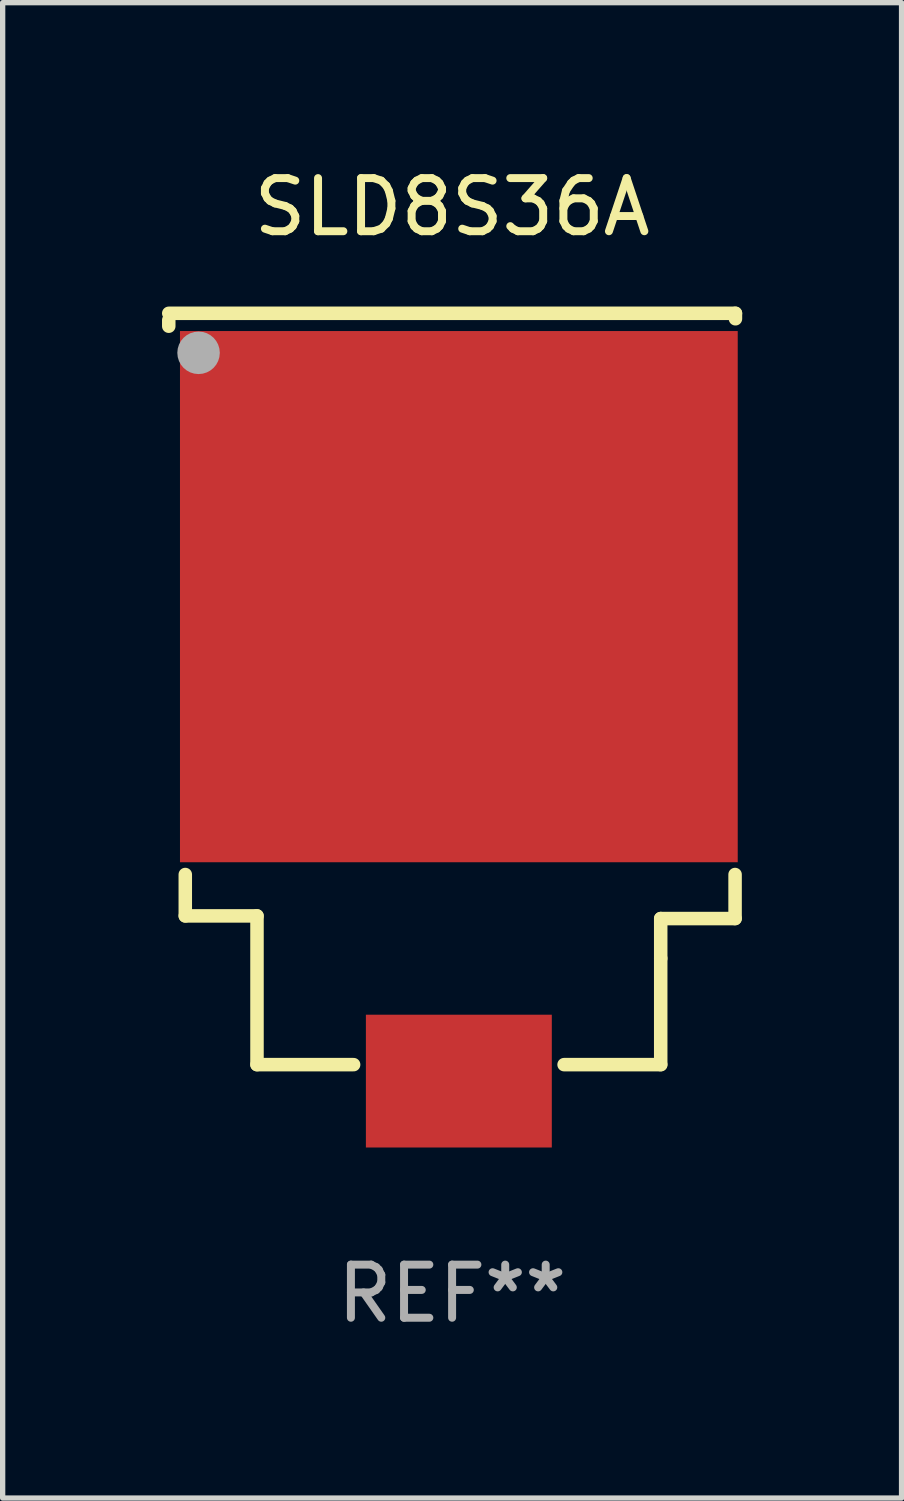
<source format=kicad_pcb>
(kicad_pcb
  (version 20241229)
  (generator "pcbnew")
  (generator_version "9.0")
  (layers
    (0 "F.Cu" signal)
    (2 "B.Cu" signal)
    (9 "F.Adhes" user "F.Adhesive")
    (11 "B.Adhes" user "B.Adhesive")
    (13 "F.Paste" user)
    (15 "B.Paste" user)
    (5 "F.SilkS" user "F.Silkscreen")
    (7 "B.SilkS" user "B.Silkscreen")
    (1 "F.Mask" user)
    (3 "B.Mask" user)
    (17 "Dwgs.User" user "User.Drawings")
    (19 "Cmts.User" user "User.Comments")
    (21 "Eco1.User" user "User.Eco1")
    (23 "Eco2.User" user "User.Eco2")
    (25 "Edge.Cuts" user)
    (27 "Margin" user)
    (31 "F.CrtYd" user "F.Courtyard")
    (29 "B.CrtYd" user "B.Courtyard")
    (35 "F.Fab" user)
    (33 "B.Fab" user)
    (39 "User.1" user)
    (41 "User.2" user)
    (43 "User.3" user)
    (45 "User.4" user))
  (footprint "SLD8S36A"
    (layer "F.Cu")
    (at 5.461 10.075)
    (property "Reference" "SLD8S36A" (at 0 -9.227 0) (layer "F.SilkS") (effects (font (size 1 1) (thickness 0.15))))
    (attr through_hole)
    (fp_line (start -5.334 -7.1) (end -5.334 -6.984) (stroke (width 0.254) (type solid)) (layer "F.SilkS"))
    (fp_line (start -5.023 4.117) (end -5.023 3.338) (stroke (width 0.254) (type solid)) (layer "F.SilkS"))
    (fp_line (start -3.673 4.117) (end -5.023 4.117) (stroke (width 0.254) (type solid)) (layer "F.SilkS"))
    (fp_line (start -3.673 6.917) (end -3.673 4.117) (stroke (width 0.254) (type solid)) (layer "F.SilkS"))
    (fp_line (start -1.854 6.917) (end -3.673 6.917) (stroke (width 0.254) (type solid)) (layer "F.SilkS"))
    (fp_line (start 3.927 4.167) (end 5.327 4.167) (stroke (width 0.254) (type solid)) (layer "F.SilkS"))
    (fp_line (start 3.927 4.917) (end 3.927 4.167) (stroke (width 0.254) (type solid)) (layer "F.SilkS"))
    (fp_line (start 3.927 4.917) (end 3.927 6.917) (stroke (width 0.254) (type solid)) (layer "F.SilkS"))
    (fp_line (start 3.927 6.917) (end 2.108 6.917) (stroke (width 0.254) (type solid)) (layer "F.SilkS"))
    (fp_line (start 5.327 4.167) (end 5.327 3.338) (stroke (width 0.254) (type solid)) (layer "F.SilkS"))
    (fp_line (start 5.334 -7.227) (end -5.334 -7.227) (stroke (width 0.254) (type solid)) (layer "F.SilkS"))
    (fp_line (start 5.334 -7.124) (end 5.334 -7.227) (stroke (width 0.254) (type solid)) (layer "F.SilkS"))
    (fp_circle (center -4.953 -6.502) (end -4.923 -6.502) (stroke (width 0.06) (type solid)) (fill no) (layer "F.SilkS"))
    (fp_circle (center -4.773 -6.483) (end -4.573 -6.483) (stroke (width 0.4) (type solid)) (fill no) (layer "F.Fab"))
    (fp_text user "REF**" (at 0 11.227 0) (layer "F.Fab") (effects (font (size 1 1) (thickness 0.15))))
    (pad "1" smd rect (at 0.127 -1.893) (size 10.5 10) (layers "F.Cu" "F.Mask" "F.Paste"))
    (pad "2" smd rect (at 0.127 7.227) (size 3.5 2.5) (layers "F.Cu" "F.Mask" "F.Paste")))
  (gr_rect
    (start -3 -3)
    (end 13.922 25.151)
    (stroke (width 0.1) (type default))
    (fill no)
    (layer "Edge.Cuts")))
</source>
